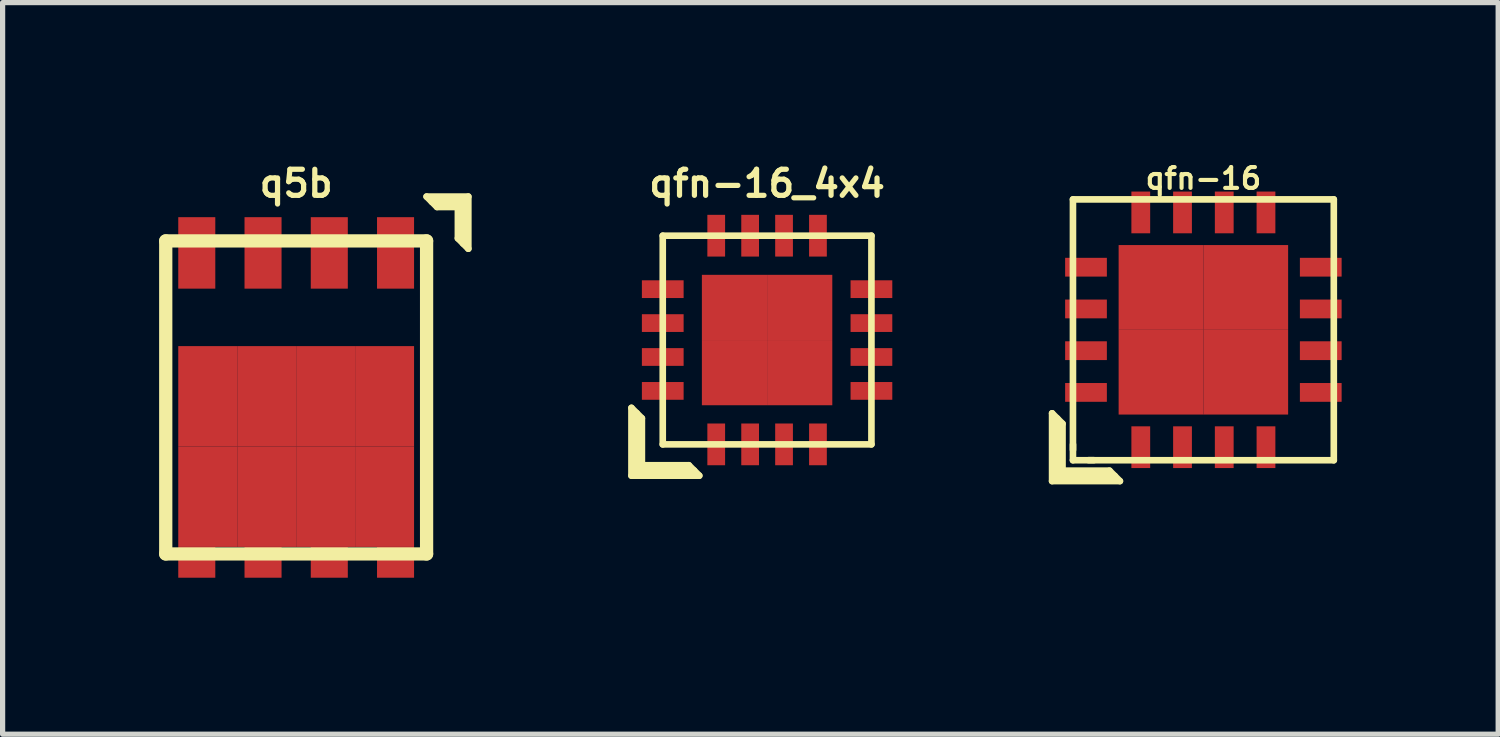
<source format=kicad_pcb>
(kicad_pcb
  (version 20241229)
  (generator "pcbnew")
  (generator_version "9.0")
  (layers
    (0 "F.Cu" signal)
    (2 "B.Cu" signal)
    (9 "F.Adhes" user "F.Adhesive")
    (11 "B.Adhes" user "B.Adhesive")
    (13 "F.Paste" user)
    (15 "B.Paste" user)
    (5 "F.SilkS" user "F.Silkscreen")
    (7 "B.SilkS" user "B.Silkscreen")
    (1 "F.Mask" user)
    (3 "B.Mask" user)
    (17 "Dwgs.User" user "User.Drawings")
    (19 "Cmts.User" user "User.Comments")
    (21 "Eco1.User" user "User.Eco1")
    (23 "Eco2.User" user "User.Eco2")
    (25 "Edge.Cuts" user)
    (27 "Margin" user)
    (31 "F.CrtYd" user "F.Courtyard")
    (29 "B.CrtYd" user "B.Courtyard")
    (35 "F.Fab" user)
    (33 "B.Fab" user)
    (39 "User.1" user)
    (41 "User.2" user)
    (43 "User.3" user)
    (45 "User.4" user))
  (footprint "qfn-16_4x4"
    (layer "F.Cu")
    (at 11.654 3.468)
    (property "Reference" "qfn-16_4x4" (at 0 -3 0) (layer "F.SilkS") (effects (font (size 0.5 0.5) (thickness 0.1))))
    (attr smd)
    (fp_line (start -2.6 1.3) (end -2.4 1.5) (stroke (width 0.127) (type solid)) (layer "F.SilkS"))
    (fp_line (start -2.6 2.6) (end -2.6 1.3) (stroke (width 0.127) (type solid)) (layer "F.SilkS"))
    (fp_line (start -2.5 1.4) (end -2.5 2.5) (stroke (width 0.127) (type solid)) (layer "F.SilkS"))
    (fp_line (start -2.5 2.5) (end -1.4 2.5) (stroke (width 0.127) (type solid)) (layer "F.SilkS"))
    (fp_line (start -2.4 1.5) (end -2.4 2.4) (stroke (width 0.127) (type solid)) (layer "F.SilkS"))
    (fp_line (start -2.4 2.4) (end -1.5 2.4) (stroke (width 0.127) (type solid)) (layer "F.SilkS"))
    (fp_line (start -2 -2) (end 2 -2) (stroke (width 0.127) (type solid)) (layer "F.SilkS"))
    (fp_line (start -2 2) (end -2 -2) (stroke (width 0.127) (type solid)) (layer "F.SilkS"))
    (fp_line (start -1.5 2.4) (end -1.3 2.6) (stroke (width 0.127) (type solid)) (layer "F.SilkS"))
    (fp_line (start -1.3 2.6) (end -2.6 2.6) (stroke (width 0.127) (type solid)) (layer "F.SilkS"))
    (fp_line (start 2 -2) (end 2 2) (stroke (width 0.127) (type solid)) (layer "F.SilkS"))
    (fp_line (start 2 2) (end -2 2) (stroke (width 0.127) (type solid)) (layer "F.SilkS"))
    (pad "1" smd rect (at -0.975 2) (size 0.34 0.8) (layers "F.Cu" "F.Mask" "F.Paste"))
    (pad "2" smd rect (at -0.325 2) (size 0.34 0.8) (layers "F.Cu" "F.Mask" "F.Paste"))
    (pad "3" smd rect (at 0.325 2) (size 0.34 0.8) (layers "F.Cu" "F.Mask" "F.Paste"))
    (pad "4" smd rect (at 0.975 2) (size 0.34 0.8) (layers "F.Cu" "F.Mask" "F.Paste"))
    (pad "5" smd rect (at 2 0.975) (size 0.8 0.34) (layers "F.Cu" "F.Mask" "F.Paste"))
    (pad "6" smd rect (at 2 0.325) (size 0.8 0.34) (layers "F.Cu" "F.Mask" "F.Paste"))
    (pad "7" smd rect (at 2 -0.325) (size 0.8 0.34) (layers "F.Cu" "F.Mask" "F.Paste"))
    (pad "8" smd rect (at 2 -0.975) (size 0.8 0.34) (layers "F.Cu" "F.Mask" "F.Paste"))
    (pad "9" smd rect (at 0.975 -2) (size 0.34 0.8) (layers "F.Cu" "F.Mask" "F.Paste"))
    (pad "10" smd rect (at 0.325 -2) (size 0.34 0.8) (layers "F.Cu" "F.Mask" "F.Paste"))
    (pad "11" smd rect (at -0.325 -2) (size 0.34 0.8) (layers "F.Cu" "F.Mask" "F.Paste"))
    (pad "12" smd rect (at -0.975 -2) (size 0.34 0.8) (layers "F.Cu" "F.Mask" "F.Paste"))
    (pad "13" smd rect (at -2 -0.975) (size 0.8 0.34) (layers "F.Cu" "F.Mask" "F.Paste"))
    (pad "14" smd rect (at -2 -0.325) (size 0.8 0.34) (layers "F.Cu" "F.Mask" "F.Paste"))
    (pad "15" smd rect (at -2 0.325) (size 0.8 0.34) (layers "F.Cu" "F.Mask" "F.Paste"))
    (pad "16" smd rect (at -2 0.975) (size 0.8 0.34) (layers "F.Cu" "F.Mask" "F.Paste"))
    (pad "17" smd rect (at -0.625 -0.625) (size 1.25 1.25) (layers "F.Cu" "F.Mask" "F.Paste"))
    (pad "17" smd rect (at -0.625 0.625) (size 1.25 1.25) (layers "F.Cu" "F.Mask" "F.Paste"))
    (pad "17" smd rect (at 0.625 -0.625) (size 1.25 1.25) (layers "F.Cu" "F.Mask" "F.Paste"))
    (pad "17" smd rect (at 0.625 0.625) (size 1.25 1.25) (layers "F.Cu" "F.Mask" "F.Paste")))
  (footprint "q5b"
    (layer "F.Cu")
    (at 2.627 4.568)
    (property "Reference" "q5b" (at 0 -4.1 0) (layer "F.SilkS") (effects (font (size 0.5 0.5) (thickness 0.1))))
    (attr smd)
    (fp_line (start -2.5 -3) (end 2.5 -3) (stroke (width 0.254) (type solid)) (layer "F.SilkS"))
    (fp_line (start -2.5 3) (end -2.5 -3) (stroke (width 0.254) (type solid)) (layer "F.SilkS"))
    (fp_line (start 2.5 -3.85) (end 3.3 -3.85) (stroke (width 0.127) (type solid)) (layer "F.SilkS"))
    (fp_line (start 2.5 -3) (end 2.5 3) (stroke (width 0.254) (type solid)) (layer "F.SilkS"))
    (fp_line (start 2.5 3) (end -2.5 3) (stroke (width 0.254) (type solid)) (layer "F.SilkS"))
    (fp_line (start 2.7 -3.65) (end 2.5 -3.85) (stroke (width 0.127) (type solid)) (layer "F.SilkS"))
    (fp_line (start 3.1 -3.65) (end 2.7 -3.65) (stroke (width 0.127) (type solid)) (layer "F.SilkS"))
    (fp_line (start 3.1 -3.65) (end 3.1 -3.05) (stroke (width 0.127) (type solid)) (layer "F.SilkS"))
    (fp_line (start 3.1 -3.05) (end 3.3 -2.85) (stroke (width 0.127) (type solid)) (layer "F.SilkS"))
    (fp_line (start 3.2 -3.75) (end 2.6 -3.75) (stroke (width 0.127) (type solid)) (layer "F.SilkS"))
    (fp_line (start 3.2 -2.95) (end 3.2 -3.75) (stroke (width 0.127) (type solid)) (layer "F.SilkS"))
    (fp_line (start 3.3 -3.85) (end 3.3 -2.85) (stroke (width 0.127) (type solid)) (layer "F.SilkS"))
    (pad "1" smd rect (at 1.905 -2.77) (size 0.71 1.37) (layers "F.Cu" "F.Mask" "F.Paste"))
    (pad "2" smd rect (at 0.635 -2.77) (size 0.71 1.37) (layers "F.Cu" "F.Mask" "F.Paste"))
    (pad "3" smd rect (at -0.635 -2.77) (size 0.71 1.37) (layers "F.Cu" "F.Mask" "F.Paste"))
    (pad "4" smd rect (at -1.905 -2.77) (size 0.71 1.37) (layers "F.Cu" "F.Mask" "F.Paste"))
    (pad "5" smd rect (at -1.905 3.161) (size 0.71 0.59) (layers "F.Cu" "F.Mask" "F.Paste"))
    (pad "5" smd rect (at -1.695 -0.021) (size 1.13 1.925) (layers "F.Cu" "F.Mask" "F.Paste"))
    (pad "5" smd rect (at -1.695 1.903) (size 1.13 1.925) (layers "F.Cu" "F.Mask" "F.Paste"))
    (pad "5" smd rect (at -0.635 3.161) (size 0.71 0.59) (layers "F.Cu" "F.Mask" "F.Paste"))
    (pad "5" smd rect (at -0.565 -0.021) (size 1.13 1.925) (layers "F.Cu" "F.Mask" "F.Paste"))
    (pad "5" smd rect (at -0.565 1.903) (size 1.13 1.925) (layers "F.Cu" "F.Mask" "F.Paste"))
    (pad "5" smd rect (at 0.565 -0.021) (size 1.13 1.925) (layers "F.Cu" "F.Mask" "F.Paste"))
    (pad "5" smd rect (at 0.565 1.903) (size 1.13 1.925) (layers "F.Cu" "F.Mask" "F.Paste"))
    (pad "5" smd rect (at 0.635 3.161) (size 0.71 0.59) (layers "F.Cu" "F.Mask" "F.Paste"))
    (pad "5" smd rect (at 1.695 -0.021) (size 1.13 1.925) (layers "F.Cu" "F.Mask" "F.Paste"))
    (pad "5" smd rect (at 1.695 1.903) (size 1.13 1.925) (layers "F.Cu" "F.Mask" "F.Paste"))
    (pad "5" smd rect (at 1.905 3.161) (size 0.71 0.59) (layers "F.Cu" "F.Mask" "F.Paste")))
  (footprint "qfn-16"
    (layer "F.Cu")
    (at 20.017 3.272)
    (property "Reference" "qfn-16" (at 0 -2.901 0) (layer "F.SilkS") (effects (font (size 0.399 0.399) (thickness 0.079))))
    (attr smd)
    (fp_line (start -2.9 1.6) (end -2.7 1.8) (stroke (width 0.127) (type solid)) (layer "F.SilkS"))
    (fp_line (start -2.9 2.9) (end -2.9 1.6) (stroke (width 0.127) (type solid)) (layer "F.SilkS"))
    (fp_line (start -2.8 1.7) (end -2.8 2.8) (stroke (width 0.127) (type solid)) (layer "F.SilkS"))
    (fp_line (start -2.8 2.8) (end -1.7 2.8) (stroke (width 0.127) (type solid)) (layer "F.SilkS"))
    (fp_line (start -2.7 1.8) (end -2.7 2.7) (stroke (width 0.127) (type solid)) (layer "F.SilkS"))
    (fp_line (start -2.7 2.7) (end -1.8 2.7) (stroke (width 0.127) (type solid)) (layer "F.SilkS"))
    (fp_line (start -2.5 -2.5) (end 2.5 -2.5) (stroke (width 0.127) (type solid)) (layer "F.SilkS"))
    (fp_line (start -2.5 2.5) (end -2.5 -2.5) (stroke (width 0.127) (type solid)) (layer "F.SilkS"))
    (fp_line (start -2.499 2.199) (end -2.499 2.301) (stroke (width 0.127) (type solid)) (layer "F.SilkS"))
    (fp_line (start -2.1 2.499) (end -2.199 2.499) (stroke (width 0.127) (type solid)) (layer "F.SilkS"))
    (fp_line (start -1.8 2.7) (end -1.6 2.9) (stroke (width 0.127) (type solid)) (layer "F.SilkS"))
    (fp_line (start -1.6 2.9) (end -2.9 2.9) (stroke (width 0.127) (type solid)) (layer "F.SilkS"))
    (fp_line (start 2.5 -2.5) (end 2.5 2.5) (stroke (width 0.127) (type solid)) (layer "F.SilkS"))
    (fp_line (start 2.5 2.5) (end -2.5 2.5) (stroke (width 0.127) (type solid)) (layer "F.SilkS"))
    (pad "1" smd rect (at -1.2 2.25) (size 0.36 0.8) (layers "F.Cu" "F.Mask" "F.Paste"))
    (pad "2" smd rect (at -0.4 2.25) (size 0.36 0.8) (layers "F.Cu" "F.Mask" "F.Paste"))
    (pad "3" smd rect (at 0.4 2.25) (size 0.36 0.8) (layers "F.Cu" "F.Mask" "F.Paste"))
    (pad "4" smd rect (at 1.2 2.25) (size 0.36 0.8) (layers "F.Cu" "F.Mask" "F.Paste"))
    (pad "5" smd rect (at 2.25 1.2) (size 0.8 0.36) (layers "F.Cu" "F.Mask" "F.Paste"))
    (pad "6" smd rect (at 2.25 0.4) (size 0.8 0.36) (layers "F.Cu" "F.Mask" "F.Paste"))
    (pad "7" smd rect (at 2.25 -0.4) (size 0.8 0.36) (layers "F.Cu" "F.Mask" "F.Paste"))
    (pad "8" smd rect (at 2.25 -1.2) (size 0.8 0.36) (layers "F.Cu" "F.Mask" "F.Paste"))
    (pad "9" smd rect (at 1.2 -2.25) (size 0.36 0.8) (layers "F.Cu" "F.Mask" "F.Paste"))
    (pad "10" smd rect (at 0.4 -2.25) (size 0.36 0.8) (layers "F.Cu" "F.Mask" "F.Paste"))
    (pad "11" smd rect (at -0.4 -2.25) (size 0.36 0.8) (layers "F.Cu" "F.Mask" "F.Paste"))
    (pad "12" smd rect (at -1.2 -2.25) (size 0.36 0.8) (layers "F.Cu" "F.Mask" "F.Paste"))
    (pad "13" smd rect (at -2.25 -1.2) (size 0.8 0.36) (layers "F.Cu" "F.Mask" "F.Paste"))
    (pad "14" smd rect (at -2.25 -0.4) (size 0.8 0.36) (layers "F.Cu" "F.Mask" "F.Paste"))
    (pad "15" smd rect (at -2.25 0.4) (size 0.8 0.36) (layers "F.Cu" "F.Mask" "F.Paste"))
    (pad "16" smd rect (at -2.25 1.2) (size 0.8 0.36) (layers "F.Cu" "F.Mask" "F.Paste"))
    (pad "21" smd rect (at -0.812 -0.812) (size 1.625 1.625) (layers "F.Cu" "F.Mask" "F.Paste"))
    (pad "21" smd rect (at -0.812 0.812) (size 1.625 1.625) (layers "F.Cu" "F.Mask" "F.Paste"))
    (pad "21" smd rect (at 0.812 -0.812) (size 1.625 1.625) (layers "F.Cu" "F.Mask" "F.Paste"))
    (pad "21" smd rect (at 0.812 0.812) (size 1.625 1.625) (layers "F.Cu" "F.Mask" "F.Paste")))
  (gr_rect
    (start -3 -3)
    (end 25.668 11.024)
    (stroke (width 0.1) (type default))
    (fill no)
    (layer "Edge.Cuts")))
</source>
